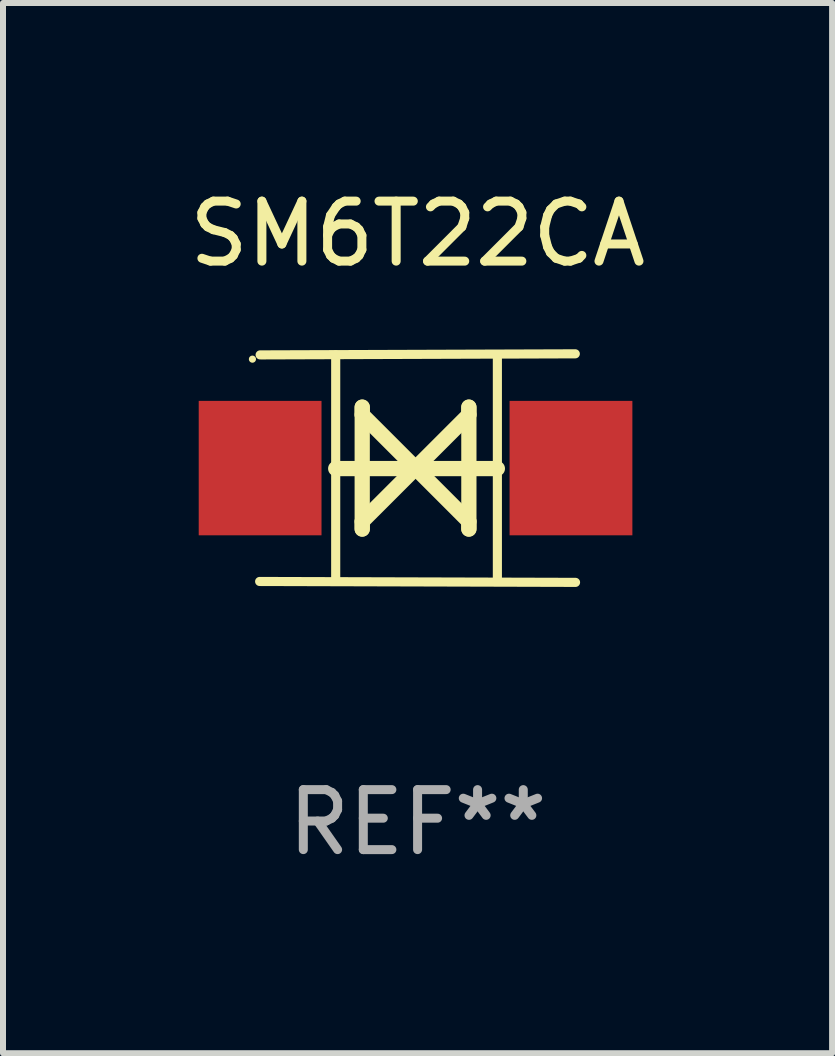
<source format=kicad_pcb>
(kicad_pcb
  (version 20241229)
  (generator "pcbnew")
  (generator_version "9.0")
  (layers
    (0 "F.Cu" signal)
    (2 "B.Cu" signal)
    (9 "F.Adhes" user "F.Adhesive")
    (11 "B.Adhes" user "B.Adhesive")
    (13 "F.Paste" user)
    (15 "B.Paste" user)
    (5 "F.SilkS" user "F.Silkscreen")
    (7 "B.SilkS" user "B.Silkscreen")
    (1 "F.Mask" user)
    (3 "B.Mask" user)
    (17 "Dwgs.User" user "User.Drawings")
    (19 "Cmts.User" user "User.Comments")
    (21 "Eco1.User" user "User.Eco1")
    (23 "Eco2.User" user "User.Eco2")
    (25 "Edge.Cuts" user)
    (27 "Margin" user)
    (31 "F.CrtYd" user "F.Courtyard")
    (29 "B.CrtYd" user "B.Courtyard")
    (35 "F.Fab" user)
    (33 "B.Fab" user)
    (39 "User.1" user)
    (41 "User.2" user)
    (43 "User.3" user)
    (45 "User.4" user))
  (footprint "SM6T22CA"
    (layer "F.Cu")
    (at 3.911 4.753)
    (property "Reference" "SM6T22CA" (at 0 -3.905 0) (layer "F.SilkS") (effects (font (size 1 1) (thickness 0.15))))
    (attr through_hole)
    (fp_line (start -1.365 1.886) (end -1.365 -1.886) (stroke (width 0.152) (type solid)) (layer "F.SilkS"))
    (fp_line (start -1.365 0.008) (end 1.33 0.008) (stroke (width 0.254) (type solid)) (layer "F.SilkS"))
    (fp_line (start -0.923 -1.016) (end -0.923 1.016) (stroke (width 0.254) (type solid)) (layer "F.SilkS"))
    (fp_line (start -0.923 -0.889) (end -0.923 -1.016) (stroke (width 0.254) (type solid)) (layer "F.SilkS"))
    (fp_line (start -0.923 0.889) (end -0.034 0) (stroke (width 0.254) (type solid)) (layer "F.SilkS"))
    (fp_line (start -0.923 1.016) (end -0.923 0.889) (stroke (width 0.254) (type solid)) (layer "F.SilkS"))
    (fp_line (start -0.034 0) (end -0.923 -0.889) (stroke (width 0.254) (type solid)) (layer "F.SilkS"))
    (fp_line (start -0.034 0) (end 0.855 0.889) (stroke (width 0.254) (type solid)) (layer "F.SilkS"))
    (fp_line (start 0.855 -1.016) (end 0.855 -0.889) (stroke (width 0.254) (type solid)) (layer "F.SilkS"))
    (fp_line (start 0.855 -0.889) (end -0.034 0) (stroke (width 0.254) (type solid)) (layer "F.SilkS"))
    (fp_line (start 0.855 0.889) (end 0.855 1.016) (stroke (width 0.254) (type solid)) (layer "F.SilkS"))
    (fp_line (start 0.855 1.016) (end 0.855 -1.016) (stroke (width 0.254) (type solid)) (layer "F.SilkS"))
    (fp_line (start 1.33 1.886) (end 1.33 -1.886) (stroke (width 0.152) (type solid)) (layer "F.SilkS"))
    (fp_line (start 2.629 -1.905) (end -2.625 -1.887) (stroke (width 0.152) (type solid)) (layer "F.SilkS"))
    (fp_line (start 2.633 1.905) (end -2.633 1.89) (stroke (width 0.152) (type solid)) (layer "F.SilkS"))
    (fp_circle (center -2.753 -1.816) (end -2.723 -1.816) (stroke (width 0.06) (type solid)) (fill no) (layer "F.SilkS"))
    (fp_text user "REF**" (at 0 5.905 0) (layer "F.Fab") (effects (font (size 1 1) (thickness 0.15))))
    (pad "1" smd rect (at -2.625 0) (size 2.047 2.241) (layers "F.Cu" "F.Mask" "F.Paste"))
    (pad "2" smd rect (at 2.557 0) (size 2.047 2.241) (layers "F.Cu" "F.Mask" "F.Paste")))
  (gr_rect
    (start -3 -3)
    (end 10.821 14.507)
    (stroke (width 0.1) (type default))
    (fill no)
    (layer "Edge.Cuts")))
</source>
